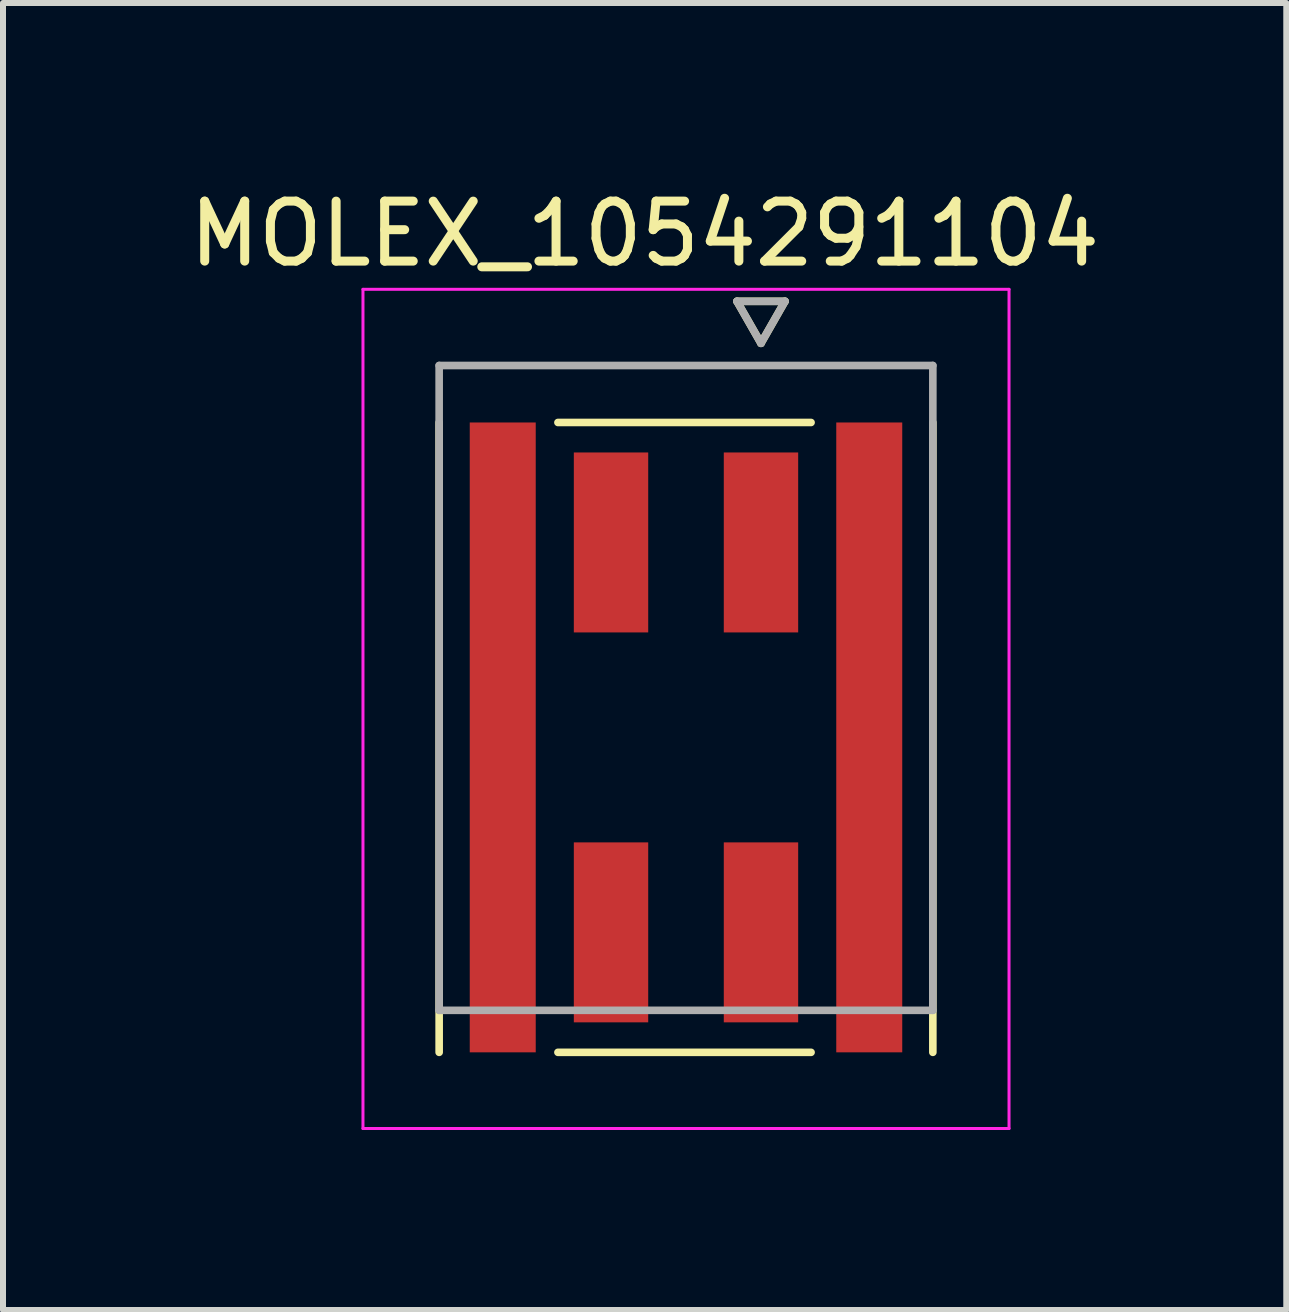
<source format=kicad_pcb>
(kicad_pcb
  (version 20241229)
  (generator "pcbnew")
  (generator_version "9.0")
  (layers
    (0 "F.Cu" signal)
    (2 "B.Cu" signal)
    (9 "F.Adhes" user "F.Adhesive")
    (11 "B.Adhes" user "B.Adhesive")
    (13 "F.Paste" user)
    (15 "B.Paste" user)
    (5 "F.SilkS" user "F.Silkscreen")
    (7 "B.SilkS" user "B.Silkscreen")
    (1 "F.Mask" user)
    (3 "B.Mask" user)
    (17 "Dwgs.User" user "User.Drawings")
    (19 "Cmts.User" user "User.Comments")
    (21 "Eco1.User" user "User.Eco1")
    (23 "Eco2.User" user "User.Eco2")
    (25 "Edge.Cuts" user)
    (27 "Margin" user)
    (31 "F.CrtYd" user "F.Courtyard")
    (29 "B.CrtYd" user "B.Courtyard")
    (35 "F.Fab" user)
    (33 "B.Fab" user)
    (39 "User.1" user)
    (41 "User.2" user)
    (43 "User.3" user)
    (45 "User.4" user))
  (footprint "MOLEX_1054291104"
    (layer "F.Cu")
    (at 8.386 8.768)
    (property "Reference" "MOLEX_1054291104" (at -0.69 -7.92 0) (layer "F.SilkS") (effects (font (size 1 1) (thickness 0.15))))
    (attr smd)
    (fp_poly (pts (xy -3.681 -4.851) (xy -2.429 -4.851) (xy -2.429 5.801) (xy -3.681 5.801)) (stroke (width 0.01) (type solid)) (fill yes) (layer "F.Mask"))
    (fp_poly (pts (xy -1.946 -4.351) (xy -0.554 -4.351) (xy -0.554 -1.199) (xy -1.946 -1.199)) (stroke (width 0.01) (type solid)) (fill yes) (layer "F.Mask"))
    (fp_poly (pts (xy -1.946 2.149) (xy -0.554 2.149) (xy -0.554 5.301) (xy -1.946 5.301)) (stroke (width 0.01) (type solid)) (fill yes) (layer "F.Mask"))
    (fp_poly (pts (xy 0.554 -4.351) (xy 1.946 -4.351) (xy 1.946 -1.199) (xy 0.554 -1.199)) (stroke (width 0.01) (type solid)) (fill yes) (layer "F.Mask"))
    (fp_poly (pts (xy 0.554 2.149) (xy 1.946 2.149) (xy 1.946 5.301) (xy 0.554 5.301)) (stroke (width 0.01) (type solid)) (fill yes) (layer "F.Mask"))
    (fp_poly (pts (xy 2.429 -4.851) (xy 3.681 -4.851) (xy 3.681 5.801) (xy 2.429 5.801)) (stroke (width 0.01) (type solid)) (fill yes) (layer "F.Mask"))
    (fp_line (start -4.115 5.725) (end -4.115 -4.775) (stroke (width 0.127) (type solid)) (layer "F.SilkS"))
    (fp_line (start 0.85 -6.795) (end 1.25 -6.095) (stroke (width 0.127) (type solid)) (layer "F.SilkS"))
    (fp_line (start 1.25 -6.095) (end 1.65 -6.795) (stroke (width 0.127) (type solid)) (layer "F.SilkS"))
    (fp_line (start 1.65 -6.795) (end 0.85 -6.795) (stroke (width 0.127) (type solid)) (layer "F.SilkS"))
    (fp_line (start 2.085 -4.775) (end -2.135 -4.775) (stroke (width 0.127) (type solid)) (layer "F.SilkS"))
    (fp_line (start 2.085 5.725) (end -2.135 5.725) (stroke (width 0.127) (type solid)) (layer "F.SilkS"))
    (fp_line (start 4.115 -4.775) (end 4.115 5.725) (stroke (width 0.127) (type solid)) (layer "F.SilkS"))
    (fp_line (start -5.385 -6.995) (end 5.385 -6.995) (stroke (width 0.05) (type solid)) (layer "F.CrtYd"))
    (fp_line (start -5.385 6.995) (end -5.385 -6.995) (stroke (width 0.05) (type solid)) (layer "F.CrtYd"))
    (fp_line (start -5.385 6.995) (end 5.385 6.995) (stroke (width 0.05) (type solid)) (layer "F.CrtYd"))
    (fp_line (start 5.385 -6.995) (end 5.385 6.995) (stroke (width 0.05) (type solid)) (layer "F.CrtYd"))
    (fp_line (start -4.115 -5.725) (end 4.115 -5.725) (stroke (width 0.127) (type solid)) (layer "F.Fab"))
    (fp_line (start -4.115 5.025) (end -4.115 -5.725) (stroke (width 0.127) (type solid)) (layer "F.Fab"))
    (fp_line (start 0.85 -6.795) (end 1.25 -6.095) (stroke (width 0.127) (type solid)) (layer "F.Fab"))
    (fp_line (start 1.25 -6.095) (end 1.65 -6.795) (stroke (width 0.127) (type solid)) (layer "F.Fab"))
    (fp_line (start 1.65 -6.795) (end 0.85 -6.795) (stroke (width 0.127) (type solid)) (layer "F.Fab"))
    (fp_line (start 4.115 -5.725) (end 4.115 5.025) (stroke (width 0.127) (type solid)) (layer "F.Fab"))
    (fp_line (start 4.115 5.025) (end -4.115 5.025) (stroke (width 0.127) (type solid)) (layer "F.Fab"))
    (pad "1" smd rect (at 1.25 -2.775) (size 1.24 3) (layers "F.Cu" "F.Paste"))
    (pad "2" smd rect (at -1.25 -2.775) (size 1.24 3) (layers "F.Cu" "F.Paste"))
    (pad "3" smd rect (at 1.25 3.725) (size 1.24 3) (layers "F.Cu" "F.Paste"))
    (pad "4" smd rect (at -1.25 3.725) (size 1.24 3) (layers "F.Cu" "F.Paste"))
    (pad "SH" smd rect (at -3.055 0.475) (size 1.1 10.5) (layers "F.Cu" "F.Paste"))
    (pad "SH" smd rect (at 3.055 0.475) (size 1.1 10.5) (layers "F.Cu" "F.Paste")))
  (gr_rect
    (start -3 -3)
    (end 18.393 18.788)
    (stroke (width 0.1) (type default))
    (fill no)
    (layer "Edge.Cuts")))
</source>
